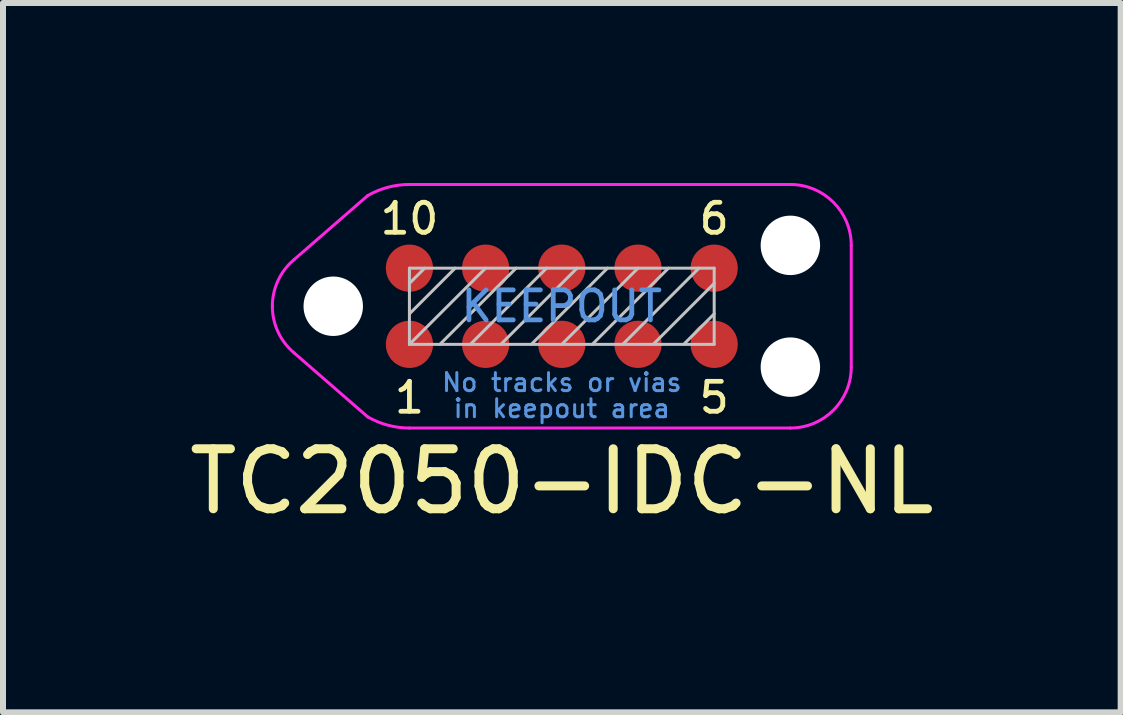
<source format=kicad_pcb>
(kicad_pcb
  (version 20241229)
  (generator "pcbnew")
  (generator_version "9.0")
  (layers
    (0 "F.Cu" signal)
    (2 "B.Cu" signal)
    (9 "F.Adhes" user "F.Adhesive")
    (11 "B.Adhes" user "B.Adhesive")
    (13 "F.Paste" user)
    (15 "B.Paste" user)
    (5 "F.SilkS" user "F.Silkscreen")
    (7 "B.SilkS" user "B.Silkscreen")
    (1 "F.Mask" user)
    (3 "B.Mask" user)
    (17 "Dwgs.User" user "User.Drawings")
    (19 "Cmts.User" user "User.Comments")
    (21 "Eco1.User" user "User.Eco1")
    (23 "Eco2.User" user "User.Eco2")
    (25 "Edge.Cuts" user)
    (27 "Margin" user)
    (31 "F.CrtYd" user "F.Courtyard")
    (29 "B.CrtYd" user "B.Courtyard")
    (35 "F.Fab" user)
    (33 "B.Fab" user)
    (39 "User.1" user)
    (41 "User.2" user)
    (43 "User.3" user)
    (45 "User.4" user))
  (footprint "TC2050-IDC-NL"
    (layer "F.Cu")
    (at 6.315 2.055)
    (property "Reference" "TC2050-IDC-NL" (at 0 2.921 0) (layer "F.SilkS") (effects (font (size 1 1) (thickness 0.15))))
    (attr exclude_from_pos_files exclude_from_bom)
    (fp_line (start -2.54 -0.381) (end -2.286 -0.635) (stroke (width 0.05) (type solid)) (layer "Dwgs.User"))
    (fp_line (start -2.54 0.127) (end -1.778 -0.635) (stroke (width 0.05) (type solid)) (layer "Dwgs.User"))
    (fp_line (start -2.54 0.635) (end -2.54 -0.635) (stroke (width 0.05) (type solid)) (layer "Dwgs.User"))
    (fp_line (start -2.54 0.635) (end -1.27 -0.635) (stroke (width 0.05) (type solid)) (layer "Dwgs.User"))
    (fp_line (start -2.032 0.635) (end -0.762 -0.635) (stroke (width 0.05) (type solid)) (layer "Dwgs.User"))
    (fp_line (start -1.524 0.635) (end -0.254 -0.635) (stroke (width 0.05) (type solid)) (layer "Dwgs.User"))
    (fp_line (start -1.016 0.635) (end 0.254 -0.635) (stroke (width 0.05) (type solid)) (layer "Dwgs.User"))
    (fp_line (start -0.508 0.635) (end 0.762 -0.635) (stroke (width 0.05) (type solid)) (layer "Dwgs.User"))
    (fp_line (start 0 0.635) (end 1.27 -0.635) (stroke (width 0.05) (type solid)) (layer "Dwgs.User"))
    (fp_line (start 0.508 0.635) (end 1.778 -0.635) (stroke (width 0.05) (type solid)) (layer "Dwgs.User"))
    (fp_line (start 1.016 0.635) (end 2.286 -0.635) (stroke (width 0.05) (type solid)) (layer "Dwgs.User"))
    (fp_line (start 1.524 0.635) (end 2.54 -0.381) (stroke (width 0.05) (type solid)) (layer "Dwgs.User"))
    (fp_line (start 2.032 0.635) (end 2.54 0.127) (stroke (width 0.05) (type solid)) (layer "Dwgs.User"))
    (fp_line (start 2.54 -0.635) (end -2.54 -0.635) (stroke (width 0.05) (type solid)) (layer "Dwgs.User"))
    (fp_line (start 2.54 -0.635) (end 2.54 0.635) (stroke (width 0.05) (type solid)) (layer "Dwgs.User"))
    (fp_line (start 2.54 0.635) (end -2.54 0.635) (stroke (width 0.05) (type solid)) (layer "Dwgs.User"))
    (fp_line (start -4.462 0.778) (end -3.237 1.843) (stroke (width 0.05) (type solid)) (layer "F.CrtYd"))
    (fp_line (start -3.237 -1.843) (end -4.462 -0.778) (stroke (width 0.05) (type solid)) (layer "F.CrtYd"))
    (fp_line (start 3.81 -2.03) (end -2.54 -2.03) (stroke (width 0.05) (type solid)) (layer "F.CrtYd"))
    (fp_line (start 3.81 2.03) (end -2.54 2.03) (stroke (width 0.05) (type solid)) (layer "F.CrtYd"))
    (fp_line (start 4.825 -1.015) (end 4.825 1.015) (stroke (width 0.05) (type solid)) (layer "F.CrtYd"))
    (fp_arc (start -4.825 0) (mid -4.729902 -0.428958) (end -4.462429 -0.777535) (stroke (width 0.05) (type solid)) (layer "F.CrtYd"))
    (fp_arc (start -4.462429 0.777535) (mid -4.729902 0.428958) (end -4.825 0) (stroke (width 0.05) (type solid)) (layer "F.CrtYd"))
    (fp_arc (start -3.2375 -1.843105) (mid -2.901053 -1.982466) (end -2.54 -2.03) (stroke (width 0.05) (type solid)) (layer "F.CrtYd"))
    (fp_arc (start -2.54 2.03) (mid -2.901053 1.982466) (end -3.2375 1.843105) (stroke (width 0.05) (type solid)) (layer "F.CrtYd"))
    (fp_arc (start 3.81 -2.03) (mid 4.527713 -1.732713) (end 4.825 -1.015) (stroke (width 0.05) (type solid)) (layer "F.CrtYd"))
    (fp_arc (start 4.825 1.015) (mid 4.527713 1.732713) (end 3.81 2.03) (stroke (width 0.05) (type solid)) (layer "F.CrtYd"))
    (fp_text user "1" (at -2.54 1.524 0) (layer "F.SilkS") (effects (font (size 0.5 0.5) (thickness 0.08))))
    (fp_text user "10" (at -2.54 -1.46 0) (layer "F.SilkS") (effects (font (size 0.5 0.5) (thickness 0.08))))
    (fp_text user "6" (at 2.54 -1.46 0) (layer "F.SilkS") (effects (font (size 0.5 0.5) (thickness 0.08))))
    (fp_text user "5" (at 2.54 1.524 0) (layer "F.SilkS") (effects (font (size 0.5 0.5) (thickness 0.08))))
    (fp_text user "KEEPOUT" (at 0 0 0) (layer "Cmts.User") (effects (font (size 0.5 0.5) (thickness 0.08))))
    (fp_text user "No tracks or vias" (at 0 1.27 0) (layer "Cmts.User") (effects (font (size 0.3 0.3) (thickness 0.05))))
    (fp_text user "in keepout area" (at 0 1.705 0) (layer "Cmts.User") (effects (font (size 0.3 0.3) (thickness 0.05))))
    (pad "" np_thru_hole circle (at -3.81 0) (size 0.991 0.991) (drill 0.991) (layers "*.Cu" "*.Mask"))
    (pad "" np_thru_hole circle (at 3.81 -1.015) (size 0.991 0.991) (drill 0.991) (layers "*.Cu" "*.Mask"))
    (pad "" np_thru_hole circle (at 3.81 1.015) (size 0.991 0.991) (drill 0.991) (layers "*.Cu" "*.Mask"))
    (pad "1" smd circle (at -2.54 0.635) (size 0.787 0.787) (layers "F.Cu" "F.Mask"))
    (pad "2" smd circle (at -1.27 0.635) (size 0.787 0.787) (layers "F.Cu" "F.Mask"))
    (pad "3" smd circle (at 0 0.635) (size 0.787 0.787) (layers "F.Cu" "F.Mask"))
    (pad "4" smd circle (at 1.27 0.635) (size 0.787 0.787) (layers "F.Cu" "F.Mask"))
    (pad "5" smd circle (at 2.54 0.635) (size 0.787 0.787) (layers "F.Cu" "F.Mask"))
    (pad "6" smd circle (at 2.54 -0.635) (size 0.787 0.787) (layers "F.Cu" "F.Mask"))
    (pad "7" smd circle (at 1.27 -0.635) (size 0.787 0.787) (layers "F.Cu" "F.Mask"))
    (pad "8" smd circle (at 0 -0.635) (size 0.787 0.787) (layers "F.Cu" "F.Mask"))
    (pad "9" smd circle (at -1.27 -0.635) (size 0.787 0.787) (layers "F.Cu" "F.Mask"))
    (pad "10" smd circle (at -2.54 -0.635) (size 0.787 0.787) (layers "F.Cu" "F.Mask")))
  (gr_rect
    (start -3 -3)
    (end 15.631 8.824)
    (stroke (width 0.1) (type default))
    (fill no)
    (layer "Edge.Cuts")))
</source>
